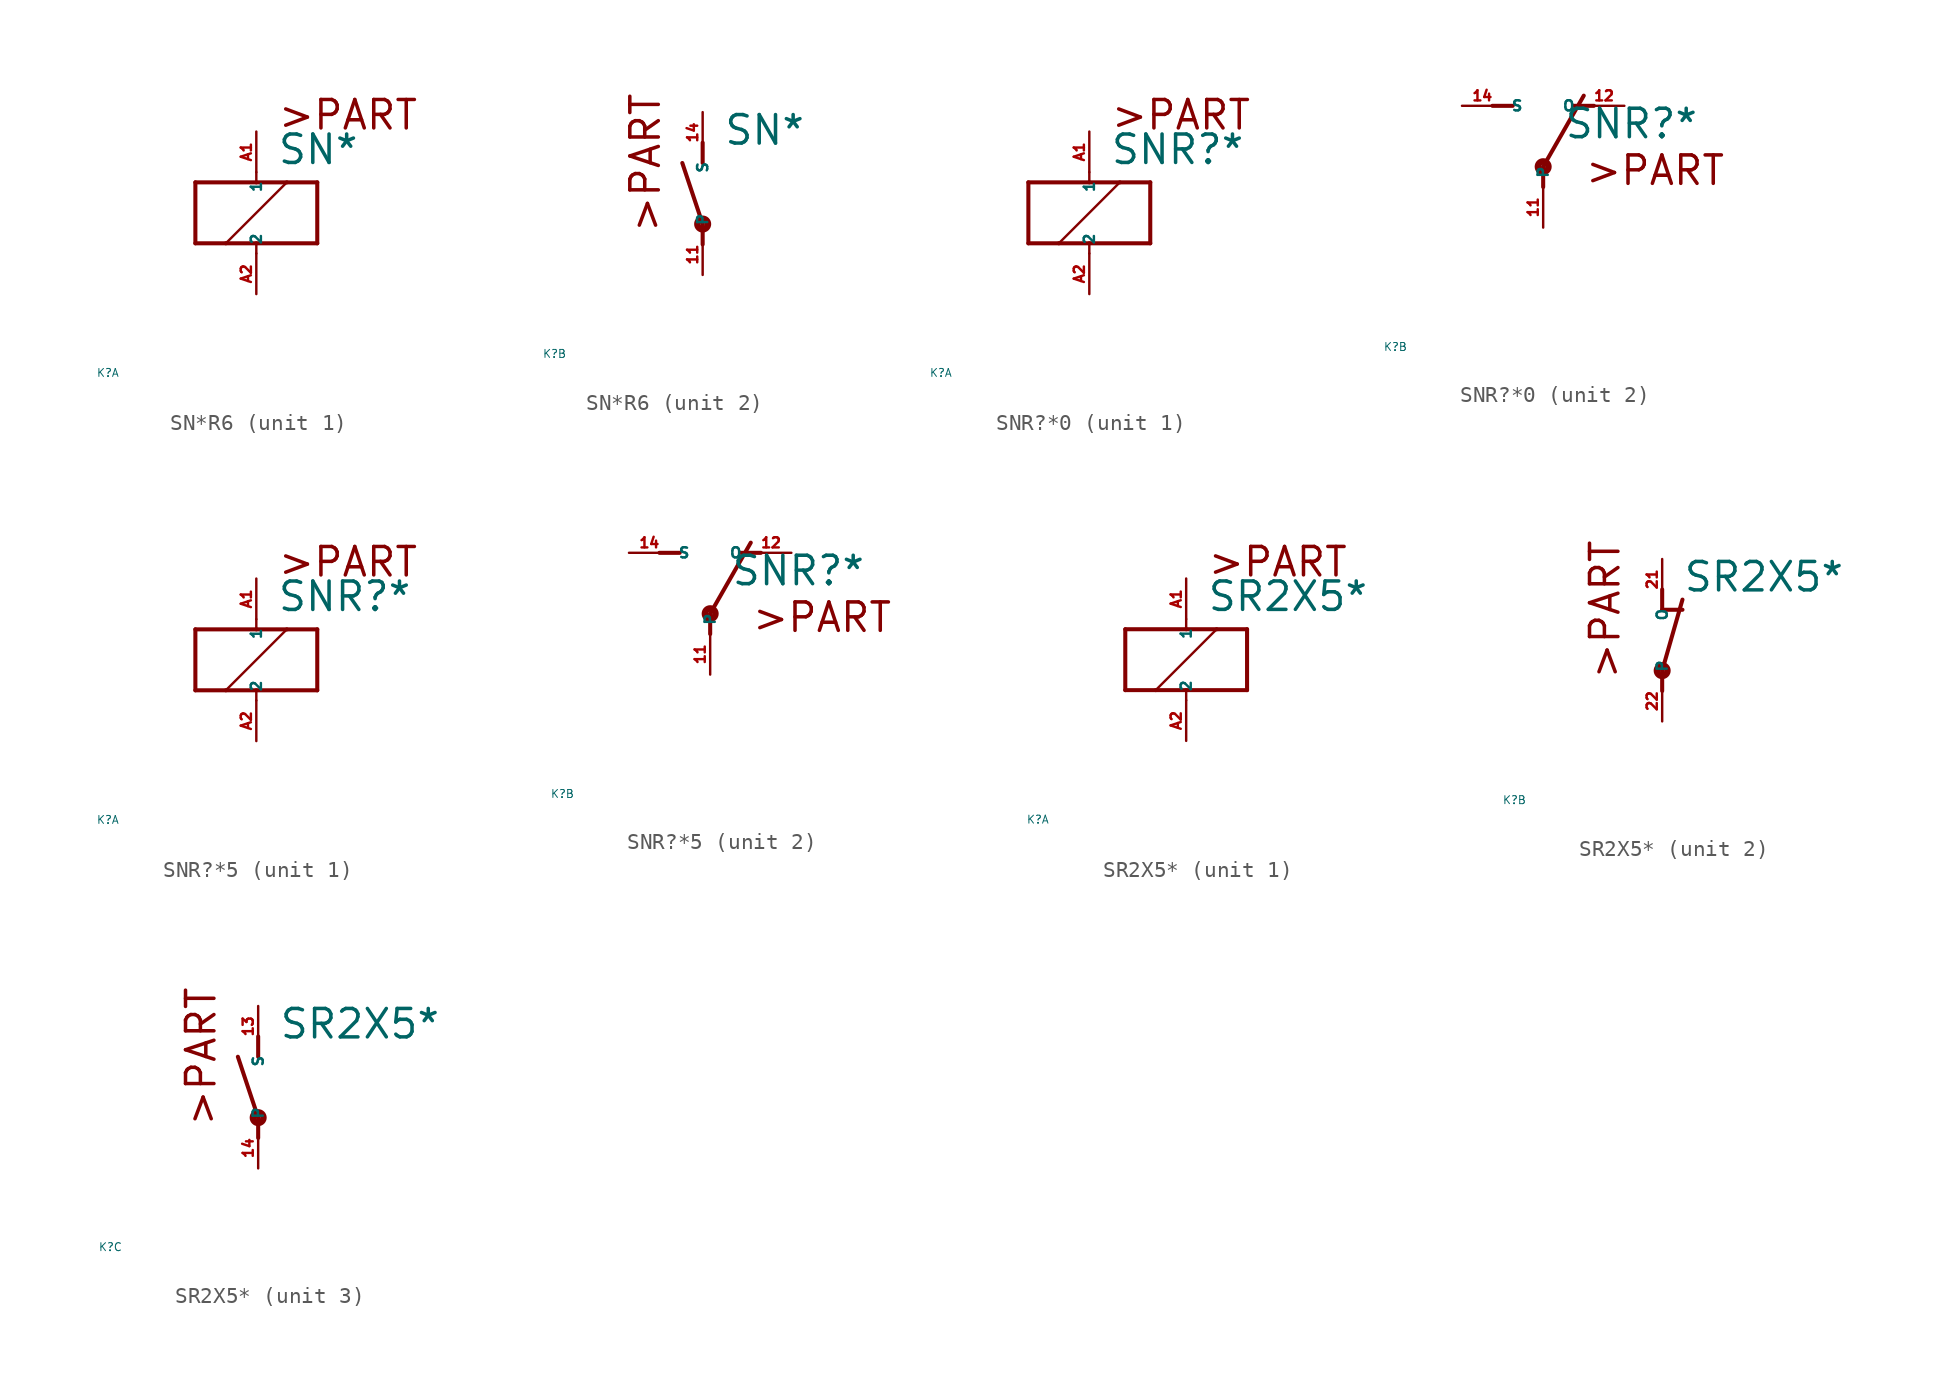
<source format=kicad_sym>
(kicad_symbol_lib
  (version 20220914)
  (generator Eagle2Kicad)
  (symbol "SN*R6"
    (property "Reference" "K"
      (at -10 -10 0)
      (effects (font (size 0.5 0.5) (thickness 0.06)) (justify left)))
    (property "Value" "SN*"
      (at 1.27 2.921 0)
      (effects (font (size 1.778 1.778) (thickness 0.22)) (justify left bottom)))
    (symbol "SN*R6_1_0"
      (polyline (pts (xy -3.81 -1.905) (xy -1.905 -1.905)) (stroke (width 0.254) (type default)) (fill (type none)))
      (polyline (pts (xy 3.81 -1.905) (xy 3.81 1.905)) (stroke (width 0.254) (type default)) (fill (type none)))
      (polyline (pts (xy 3.81 1.905) (xy 1.905 1.905)) (stroke (width 0.254) (type default)) (fill (type none)))
      (polyline (pts (xy -3.81 1.905) (xy -3.81 -1.905)) (stroke (width 0.254) (type default)) (fill (type none)))
      (polyline (pts (xy 0 -2.54) (xy 0 -1.905)) (stroke (width 0.152) (type default)) (fill (type none)))
      (polyline (pts (xy 0 -1.905) (xy 3.81 -1.905)) (stroke (width 0.254) (type default)) (fill (type none)))
      (polyline (pts (xy 0 2.54) (xy 0 1.905)) (stroke (width 0.152) (type default)) (fill (type none)))
      (polyline (pts (xy 0 1.905) (xy -3.81 1.905)) (stroke (width 0.254) (type default)) (fill (type none)))
      (polyline (pts (xy -1.905 -1.905) (xy 1.905 1.905)) (stroke (width 0.152) (type default)) (fill (type none)))
      (polyline (pts (xy -1.905 -1.905) (xy 0 -1.905)) (stroke (width 0.254) (type default)) (fill (type none)))
      (polyline (pts (xy 1.905 1.905) (xy 0 1.905)) (stroke (width 0.254) (type default)) (fill (type none)))
      (text ">PART" (at 1.27 5.08 0) (effects (font (size 1.778 1.778) (thickness 0.22)) (justify left bottom)))
      (pin passive line (at 0 -5.08 90) (length 2.54) (name "2" (effects (font (size 0.635 0.635) (thickness 0.08)) (justify left bottom))) (number "A2" (effects (font (size 0.635 0.635) (thickness 0.08)) (justify left bottom))))
      (pin passive line (at 0 5.08 270) (length 2.54) (name "1" (effects (font (size 0.635 0.635) (thickness 0.08)) (justify left bottom))) (number "A1" (effects (font (size 0.635 0.635) (thickness 0.08)) (justify left bottom)))))
    (symbol "SN*R6_2_0"
      (polyline (pts (xy 0 3.175) (xy 0 1.905)) (stroke (width 0.254) (type default)) (fill (type none)))
      (polyline (pts (xy 0 -3.175) (xy 0 -1.905)) (stroke (width 0.254) (type default)) (fill (type none)))
      (polyline (pts (xy 0 -1.905) (xy -1.27 1.905)) (stroke (width 0.254) (type default)) (fill (type none)))
      (text ">PART" (at -2.54 -2.54 900) (effects (font (size 1.778 1.778) (thickness 0.22)) (justify left bottom)))
      (circle (center 0 -1.905) (radius 0.127) (stroke (width 0.406) (type default)) (fill (type none)))
      (pin passive line (at 0 -5.08 90) (length 2.54) (name "P" (effects (font (size 0.635 0.635) (thickness 0.08)) (justify left bottom))) (number "11" (effects (font (size 0.635 0.635) (thickness 0.08)) (justify left bottom))))
      (pin passive line (at 0 5.08 270) (length 2.54) (name "S" (effects (font (size 0.635 0.635) (thickness 0.08)) (justify left bottom))) (number "14" (effects (font (size 0.635 0.635) (thickness 0.08)) (justify left bottom))))))
  (symbol "SNR?*0"
    (property "Reference" "K"
      (at -10 -10 0)
      (effects (font (size 0.5 0.5) (thickness 0.06)) (justify left)))
    (property "Value" "SNR?*"
      (at 1.27 2.921 0)
      (effects (font (size 1.778 1.778) (thickness 0.22)) (justify left bottom)))
    (symbol "SNR?*0_1_0"
      (polyline (pts (xy -3.81 -1.905) (xy -1.905 -1.905)) (stroke (width 0.254) (type default)) (fill (type none)))
      (polyline (pts (xy 3.81 -1.905) (xy 3.81 1.905)) (stroke (width 0.254) (type default)) (fill (type none)))
      (polyline (pts (xy 3.81 1.905) (xy 1.905 1.905)) (stroke (width 0.254) (type default)) (fill (type none)))
      (polyline (pts (xy -3.81 1.905) (xy -3.81 -1.905)) (stroke (width 0.254) (type default)) (fill (type none)))
      (polyline (pts (xy 0 -2.54) (xy 0 -1.905)) (stroke (width 0.152) (type default)) (fill (type none)))
      (polyline (pts (xy 0 -1.905) (xy 3.81 -1.905)) (stroke (width 0.254) (type default)) (fill (type none)))
      (polyline (pts (xy 0 2.54) (xy 0 1.905)) (stroke (width 0.152) (type default)) (fill (type none)))
      (polyline (pts (xy 0 1.905) (xy -3.81 1.905)) (stroke (width 0.254) (type default)) (fill (type none)))
      (polyline (pts (xy -1.905 -1.905) (xy 1.905 1.905)) (stroke (width 0.152) (type default)) (fill (type none)))
      (polyline (pts (xy -1.905 -1.905) (xy 0 -1.905)) (stroke (width 0.254) (type default)) (fill (type none)))
      (polyline (pts (xy 1.905 1.905) (xy 0 1.905)) (stroke (width 0.254) (type default)) (fill (type none)))
      (text ">PART" (at 1.27 5.08 0) (effects (font (size 1.778 1.778) (thickness 0.22)) (justify left bottom)))
      (pin passive line (at 0 -5.08 90) (length 2.54) (name "2" (effects (font (size 0.635 0.635) (thickness 0.08)) (justify left bottom))) (number "A2" (effects (font (size 0.635 0.635) (thickness 0.08)) (justify left bottom))))
      (pin passive line (at 0 5.08 270) (length 2.54) (name "1" (effects (font (size 0.635 0.635) (thickness 0.08)) (justify left bottom))) (number "A1" (effects (font (size 0.635 0.635) (thickness 0.08)) (justify left bottom)))))
    (symbol "SNR?*0_2_0"
      (polyline (pts (xy 3.175 5.08) (xy 1.905 5.08)) (stroke (width 0.254) (type default)) (fill (type none)))
      (polyline (pts (xy -3.175 5.08) (xy -1.905 5.08)) (stroke (width 0.254) (type default)) (fill (type none)))
      (polyline (pts (xy 0 1.27) (xy 2.54 5.715)) (stroke (width 0.254) (type default)) (fill (type none)))
      (polyline (pts (xy 0 1.27) (xy 0 0)) (stroke (width 0.254) (type default)) (fill (type none)))
      (text ">PART" (at 2.54 0 0) (effects (font (size 1.778 1.778) (thickness 0.22)) (justify left bottom)))
      (circle (center 0 1.27) (radius 0.127) (stroke (width 0.406) (type default)) (fill (type none)))
      (pin passive line (at 5.08 5.08 180) (length 2.54) (name "O" (effects (font (size 0.635 0.635) (thickness 0.08)) (justify left bottom))) (number "12" (effects (font (size 0.635 0.635) (thickness 0.08)) (justify left bottom))))
      (pin passive line (at -5.08 5.08 0) (length 2.54) (name "S" (effects (font (size 0.635 0.635) (thickness 0.08)) (justify left bottom))) (number "14" (effects (font (size 0.635 0.635) (thickness 0.08)) (justify left bottom))))
      (pin passive line (at 0 -2.54 90) (length 2.54) (name "P" (effects (font (size 0.635 0.635) (thickness 0.08)) (justify left bottom))) (number "11" (effects (font (size 0.635 0.635) (thickness 0.08)) (justify left bottom))))))
  (symbol "SNR?*5"
    (property "Reference" "K"
      (at -10 -10 0)
      (effects (font (size 0.5 0.5) (thickness 0.06)) (justify left)))
    (property "Value" "SNR?*"
      (at 1.27 2.921 0)
      (effects (font (size 1.778 1.778) (thickness 0.22)) (justify left bottom)))
    (symbol "SNR?*5_1_0"
      (polyline (pts (xy -3.81 -1.905) (xy -1.905 -1.905)) (stroke (width 0.254) (type default)) (fill (type none)))
      (polyline (pts (xy 3.81 -1.905) (xy 3.81 1.905)) (stroke (width 0.254) (type default)) (fill (type none)))
      (polyline (pts (xy 3.81 1.905) (xy 1.905 1.905)) (stroke (width 0.254) (type default)) (fill (type none)))
      (polyline (pts (xy -3.81 1.905) (xy -3.81 -1.905)) (stroke (width 0.254) (type default)) (fill (type none)))
      (polyline (pts (xy 0 -2.54) (xy 0 -1.905)) (stroke (width 0.152) (type default)) (fill (type none)))
      (polyline (pts (xy 0 -1.905) (xy 3.81 -1.905)) (stroke (width 0.254) (type default)) (fill (type none)))
      (polyline (pts (xy 0 2.54) (xy 0 1.905)) (stroke (width 0.152) (type default)) (fill (type none)))
      (polyline (pts (xy 0 1.905) (xy -3.81 1.905)) (stroke (width 0.254) (type default)) (fill (type none)))
      (polyline (pts (xy -1.905 -1.905) (xy 1.905 1.905)) (stroke (width 0.152) (type default)) (fill (type none)))
      (polyline (pts (xy -1.905 -1.905) (xy 0 -1.905)) (stroke (width 0.254) (type default)) (fill (type none)))
      (polyline (pts (xy 1.905 1.905) (xy 0 1.905)) (stroke (width 0.254) (type default)) (fill (type none)))
      (text ">PART" (at 1.27 5.08 0) (effects (font (size 1.778 1.778) (thickness 0.22)) (justify left bottom)))
      (pin passive line (at 0 -5.08 90) (length 2.54) (name "2" (effects (font (size 0.635 0.635) (thickness 0.08)) (justify left bottom))) (number "A2" (effects (font (size 0.635 0.635) (thickness 0.08)) (justify left bottom))))
      (pin passive line (at 0 5.08 270) (length 2.54) (name "1" (effects (font (size 0.635 0.635) (thickness 0.08)) (justify left bottom))) (number "A1" (effects (font (size 0.635 0.635) (thickness 0.08)) (justify left bottom)))))
    (symbol "SNR?*5_2_0"
      (polyline (pts (xy 3.175 5.08) (xy 1.905 5.08)) (stroke (width 0.254) (type default)) (fill (type none)))
      (polyline (pts (xy -3.175 5.08) (xy -1.905 5.08)) (stroke (width 0.254) (type default)) (fill (type none)))
      (polyline (pts (xy 0 1.27) (xy 2.54 5.715)) (stroke (width 0.254) (type default)) (fill (type none)))
      (polyline (pts (xy 0 1.27) (xy 0 0)) (stroke (width 0.254) (type default)) (fill (type none)))
      (text ">PART" (at 2.54 0 0) (effects (font (size 1.778 1.778) (thickness 0.22)) (justify left bottom)))
      (circle (center 0 1.27) (radius 0.127) (stroke (width 0.406) (type default)) (fill (type none)))
      (pin passive line (at 5.08 5.08 180) (length 2.54) (name "O" (effects (font (size 0.635 0.635) (thickness 0.08)) (justify left bottom))) (number "12" (effects (font (size 0.635 0.635) (thickness 0.08)) (justify left bottom))))
      (pin passive line (at -5.08 5.08 0) (length 2.54) (name "S" (effects (font (size 0.635 0.635) (thickness 0.08)) (justify left bottom))) (number "14" (effects (font (size 0.635 0.635) (thickness 0.08)) (justify left bottom))))
      (pin passive line (at 0 -2.54 90) (length 2.54) (name "P" (effects (font (size 0.635 0.635) (thickness 0.08)) (justify left bottom))) (number "11" (effects (font (size 0.635 0.635) (thickness 0.08)) (justify left bottom))))))
  (symbol "SR2X5*"
    (property "Reference" "K"
      (at -10 -10 0)
      (effects (font (size 0.5 0.5) (thickness 0.06)) (justify left)))
    (property "Value" "SR2X5*"
      (at 1.27 2.921 0)
      (effects (font (size 1.778 1.778) (thickness 0.22)) (justify left bottom)))
    (symbol "SR2X5*_1_0"
      (polyline (pts (xy -3.81 -1.905) (xy -1.905 -1.905)) (stroke (width 0.254) (type default)) (fill (type none)))
      (polyline (pts (xy 3.81 -1.905) (xy 3.81 1.905)) (stroke (width 0.254) (type default)) (fill (type none)))
      (polyline (pts (xy 3.81 1.905) (xy 1.905 1.905)) (stroke (width 0.254) (type default)) (fill (type none)))
      (polyline (pts (xy -3.81 1.905) (xy -3.81 -1.905)) (stroke (width 0.254) (type default)) (fill (type none)))
      (polyline (pts (xy 0 -2.54) (xy 0 -1.905)) (stroke (width 0.152) (type default)) (fill (type none)))
      (polyline (pts (xy 0 -1.905) (xy 3.81 -1.905)) (stroke (width 0.254) (type default)) (fill (type none)))
      (polyline (pts (xy 0 2.54) (xy 0 1.905)) (stroke (width 0.152) (type default)) (fill (type none)))
      (polyline (pts (xy 0 1.905) (xy -3.81 1.905)) (stroke (width 0.254) (type default)) (fill (type none)))
      (polyline (pts (xy -1.905 -1.905) (xy 1.905 1.905)) (stroke (width 0.152) (type default)) (fill (type none)))
      (polyline (pts (xy -1.905 -1.905) (xy 0 -1.905)) (stroke (width 0.254) (type default)) (fill (type none)))
      (polyline (pts (xy 1.905 1.905) (xy 0 1.905)) (stroke (width 0.254) (type default)) (fill (type none)))
      (text ">PART" (at 1.27 5.08 0) (effects (font (size 1.778 1.778) (thickness 0.22)) (justify left bottom)))
      (pin passive line (at 0 -5.08 90) (length 2.54) (name "2" (effects (font (size 0.635 0.635) (thickness 0.08)) (justify left bottom))) (number "A2" (effects (font (size 0.635 0.635) (thickness 0.08)) (justify left bottom))))
      (pin passive line (at 0 5.08 270) (length 2.54) (name "1" (effects (font (size 0.635 0.635) (thickness 0.08)) (justify left bottom))) (number "A1" (effects (font (size 0.635 0.635) (thickness 0.08)) (justify left bottom)))))
    (symbol "SR2X5*_2_0"
      (polyline (pts (xy 0 -1.905) (xy 1.27 2.54)) (stroke (width 0.254) (type default)) (fill (type none)))
      (polyline (pts (xy 1.27 1.905) (xy 0 1.905)) (stroke (width 0.254) (type default)) (fill (type none)))
      (polyline (pts (xy 0 1.905) (xy 0 3.175)) (stroke (width 0.254) (type default)) (fill (type none)))
      (polyline (pts (xy 0 -3.175) (xy 0 -1.905)) (stroke (width 0.254) (type default)) (fill (type none)))
      (text ">PART" (at -2.54 -2.54 900) (effects (font (size 1.778 1.778) (thickness 0.22)) (justify left bottom)))
      (circle (center 0 -1.905) (radius 0.127) (stroke (width 0.406) (type default)) (fill (type none)))
      (pin passive line (at 0 -5.08 90) (length 2.54) (name "P" (effects (font (size 0.635 0.635) (thickness 0.08)) (justify left bottom))) (number "22" (effects (font (size 0.635 0.635) (thickness 0.08)) (justify left bottom))))
      (pin passive line (at 0 5.08 270) (length 2.54) (name "O" (effects (font (size 0.635 0.635) (thickness 0.08)) (justify left bottom))) (number "21" (effects (font (size 0.635 0.635) (thickness 0.08)) (justify left bottom)))))
    (symbol "SR2X5*_3_0"
      (polyline (pts (xy 0 3.175) (xy 0 1.905)) (stroke (width 0.254) (type default)) (fill (type none)))
      (polyline (pts (xy 0 -3.175) (xy 0 -1.905)) (stroke (width 0.254) (type default)) (fill (type none)))
      (polyline (pts (xy 0 -1.905) (xy -1.27 1.905)) (stroke (width 0.254) (type default)) (fill (type none)))
      (text ">PART" (at -2.54 -2.54 900) (effects (font (size 1.778 1.778) (thickness 0.22)) (justify left bottom)))
      (circle (center 0 -1.905) (radius 0.127) (stroke (width 0.406) (type default)) (fill (type none)))
      (pin passive line (at 0 -5.08 90) (length 2.54) (name "P" (effects (font (size 0.635 0.635) (thickness 0.08)) (justify left bottom))) (number "14" (effects (font (size 0.635 0.635) (thickness 0.08)) (justify left bottom))))
      (pin passive line (at 0 5.08 270) (length 2.54) (name "S" (effects (font (size 0.635 0.635) (thickness 0.08)) (justify left bottom))) (number "13" (effects (font (size 0.635 0.635) (thickness 0.08)) (justify left bottom)))))))
</source>
